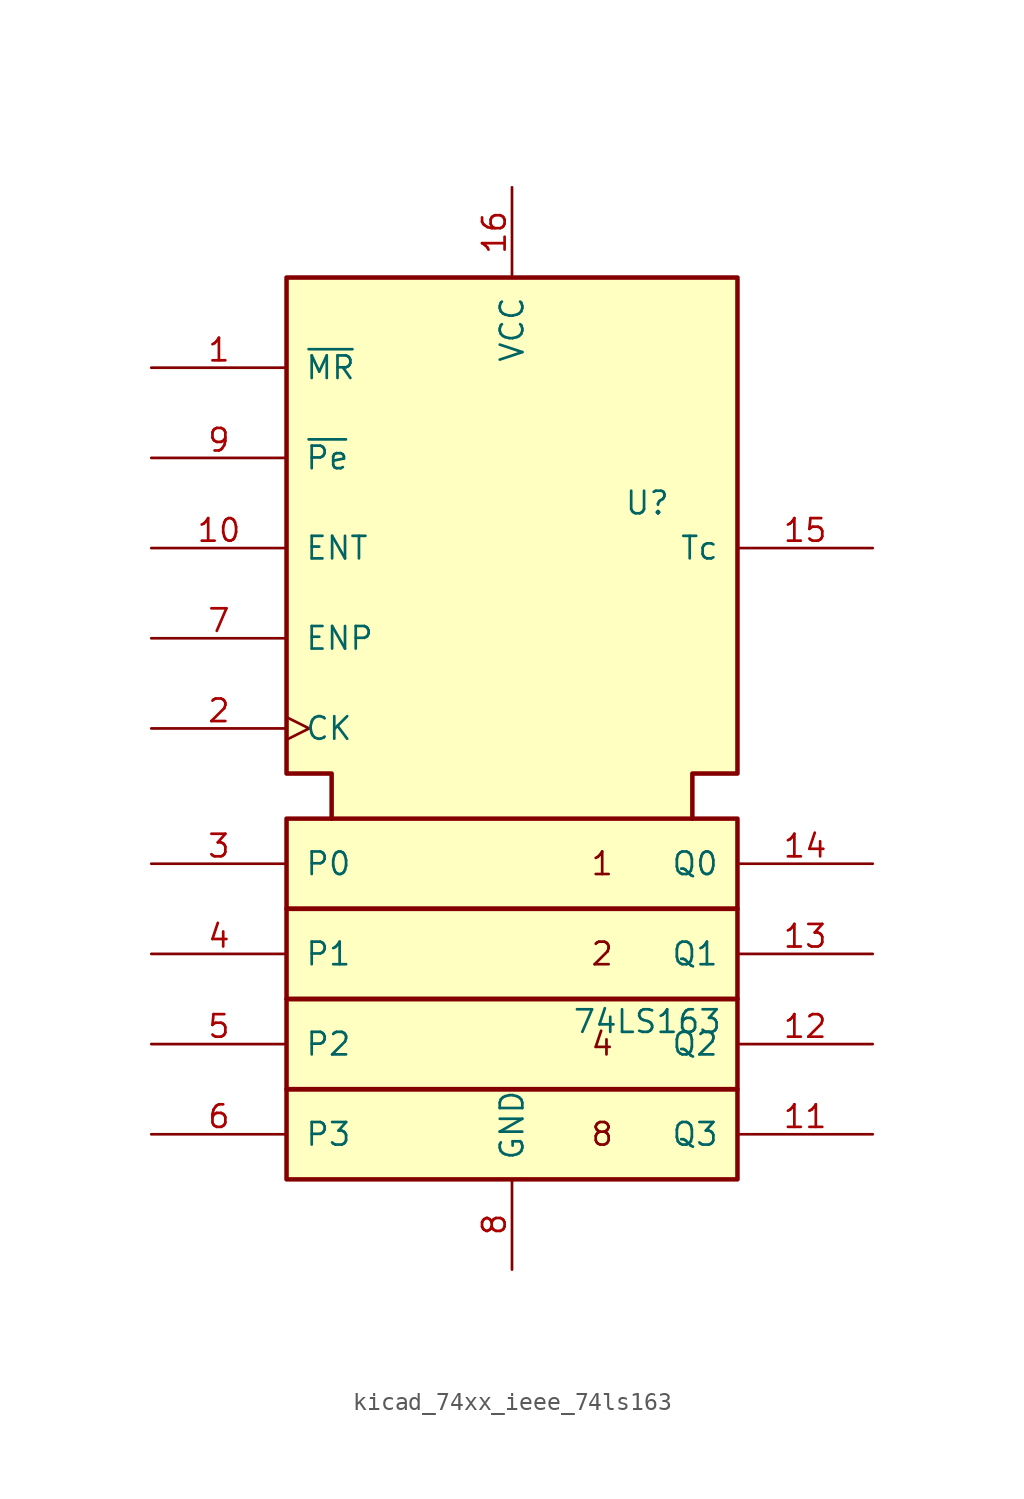
<source format=kicad_sym>
(kicad_symbol_lib
  (version 20220914)
  (generator kicad_symbol_editor)
  (symbol "kicad_74xx_ieee_74ls163"
    (pin_names
      (offset 1.016))
    (property "Reference" "U"
      (at 7.62 15.24 0)
      (effects (font (size 1.27 1.27))))
    (property "Value" "74LS163"
      (at 7.62 -13.97 0)
      (effects (font (size 1.27 1.27))))
    (symbol "kicad_74xx_ieee_74ls163_0_0"
      (rectangle (start -12.7 -17.78) (end 12.7 -22.86) (stroke (width 0.254) (type default)) (fill (type background)))
      (rectangle (start -12.7 -12.7) (end 12.7 -17.78) (stroke (width 0.254) (type default)) (fill (type background)))
      (rectangle (start -12.7 -7.62) (end 12.7 -12.7) (stroke (width 0.254) (type default)) (fill (type background)))
      (rectangle (start -12.7 -2.54) (end 12.7 -7.62) (stroke (width 0.254) (type default)) (fill (type background)))
      (polyline (pts (xy -10.16 -2.54) (xy -10.16 0) (xy -12.7 0) (xy -12.7 27.94) (xy 12.7 27.94) (xy 12.7 0) (xy 10.16 0) (xy 10.16 -2.54) (xy 10.16 -2.54)) (stroke (width 0.254) (type default)) (fill (type background)))
      (text "1" (at 5.08 -5.08 0) (effects (font (size 1.27 1.27))))
      (text "2" (at 5.08 -10.16 0) (effects (font (size 1.27 1.27))))
      (text "4" (at 5.08 -15.24 0) (effects (font (size 1.27 1.27))))
      (text "8" (at 5.08 -20.32 0) (effects (font (size 1.27 1.27))))
      (pin power_in line (at 0 33.02 270) (length 5.08) (name "VCC" (effects (font (size 1.27 1.27)))) (number "16" (effects (font (size 1.27 1.27)))))
      (pin power_in line (at 0 -27.94 90) (length 5.08) (name "GND" (effects (font (size 1.27 1.27)))) (number "8" (effects (font (size 1.27 1.27))))))
    (symbol "kicad_74xx_ieee_74ls163_1_1"
      (pin input line (at -20.32 22.86 0) (length 7.62) (name "~{MR}" (effects (font (size 1.27 1.27)))) (number "1" (effects (font (size 1.27 1.27)))))
      (pin input line (at -20.32 12.7 0) (length 7.62) (name "ENT" (effects (font (size 1.27 1.27)))) (number "10" (effects (font (size 1.27 1.27)))))
      (pin output line (at 20.32 -20.32 180) (length 7.62) (name "Q3" (effects (font (size 1.27 1.27)))) (number "11" (effects (font (size 1.27 1.27)))))
      (pin output line (at 20.32 -15.24 180) (length 7.62) (name "Q2" (effects (font (size 1.27 1.27)))) (number "12" (effects (font (size 1.27 1.27)))))
      (pin output line (at 20.32 -10.16 180) (length 7.62) (name "Q1" (effects (font (size 1.27 1.27)))) (number "13" (effects (font (size 1.27 1.27)))))
      (pin output line (at 20.32 -5.08 180) (length 7.62) (name "Q0" (effects (font (size 1.27 1.27)))) (number "14" (effects (font (size 1.27 1.27)))))
      (pin output line (at 20.32 12.7 180) (length 7.62) (name "Tc" (effects (font (size 1.27 1.27)))) (number "15" (effects (font (size 1.27 1.27)))))
      (pin input clock (at -20.32 2.54 0) (length 7.62) (name "CK" (effects (font (size 1.27 1.27)))) (number "2" (effects (font (size 1.27 1.27)))))
      (pin input line (at -20.32 -5.08 0) (length 7.62) (name "P0" (effects (font (size 1.27 1.27)))) (number "3" (effects (font (size 1.27 1.27)))))
      (pin input line (at -20.32 -10.16 0) (length 7.62) (name "P1" (effects (font (size 1.27 1.27)))) (number "4" (effects (font (size 1.27 1.27)))))
      (pin input line (at -20.32 -15.24 0) (length 7.62) (name "P2" (effects (font (size 1.27 1.27)))) (number "5" (effects (font (size 1.27 1.27)))))
      (pin input line (at -20.32 -20.32 0) (length 7.62) (name "P3" (effects (font (size 1.27 1.27)))) (number "6" (effects (font (size 1.27 1.27)))))
      (pin input line (at -20.32 7.62 0) (length 7.62) (name "ENP" (effects (font (size 1.27 1.27)))) (number "7" (effects (font (size 1.27 1.27)))))
      (pin input line (at -20.32 17.78 0) (length 7.62) (name "~{Pe}" (effects (font (size 1.27 1.27)))) (number "9" (effects (font (size 1.27 1.27))))))))
</source>
